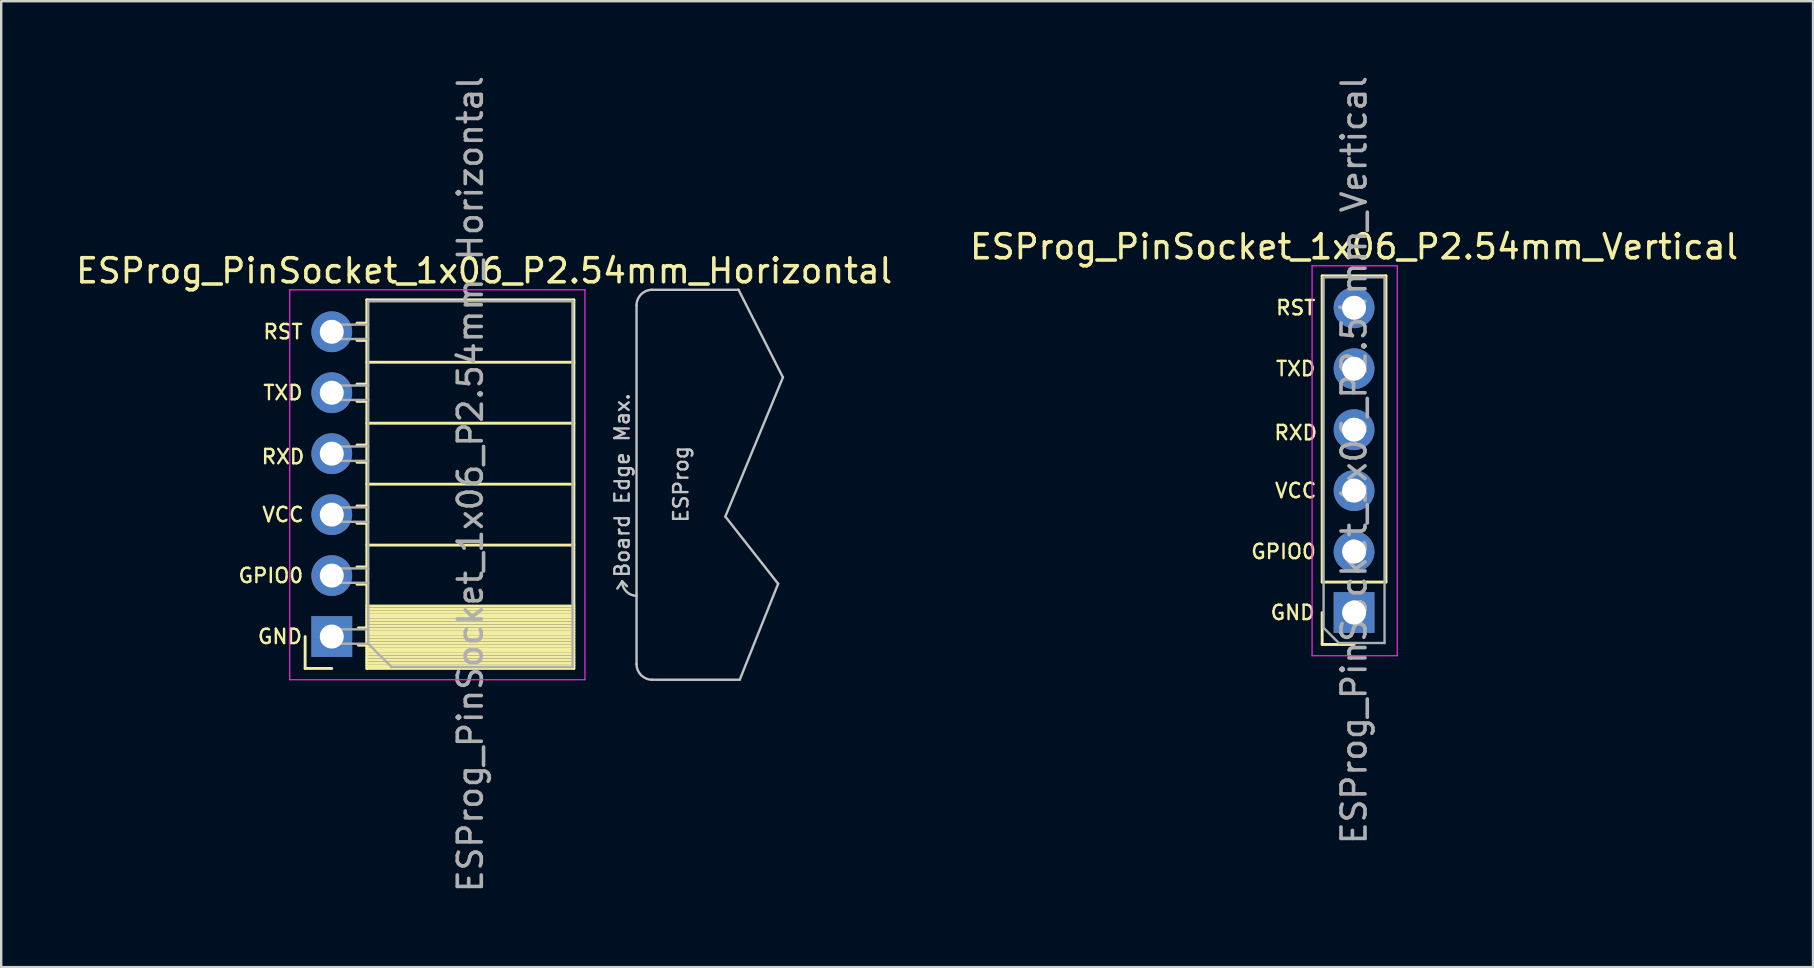
<source format=kicad_pcb>
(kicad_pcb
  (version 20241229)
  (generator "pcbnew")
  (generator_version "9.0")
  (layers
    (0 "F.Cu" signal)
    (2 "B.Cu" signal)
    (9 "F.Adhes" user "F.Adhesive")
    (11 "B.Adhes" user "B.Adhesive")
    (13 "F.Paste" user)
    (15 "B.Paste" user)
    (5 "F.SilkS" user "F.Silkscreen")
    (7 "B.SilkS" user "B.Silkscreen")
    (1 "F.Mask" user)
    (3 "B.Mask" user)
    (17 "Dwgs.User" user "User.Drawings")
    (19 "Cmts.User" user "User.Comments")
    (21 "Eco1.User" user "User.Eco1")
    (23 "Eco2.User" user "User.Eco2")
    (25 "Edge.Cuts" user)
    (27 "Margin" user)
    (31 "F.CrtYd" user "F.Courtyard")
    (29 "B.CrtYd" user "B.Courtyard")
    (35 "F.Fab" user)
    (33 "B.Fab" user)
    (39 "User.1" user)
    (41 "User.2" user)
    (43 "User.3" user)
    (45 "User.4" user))
  (footprint "ESProg_PinSocket_1x06_P2.54mm_Horizontal"
    (layer "F.Cu")
    (at 10.775 23.475)
    (property "Reference" "ESProg_PinSocket_1x06_P2.54mm_Horizontal" (at 6.35 -15.24 0) (layer "F.SilkS") (effects (font (size 1 1) (thickness 0.15))))
    (attr through_hole)
    (fp_line (start -1.11 1.33) (end -1.11 0) (stroke (width 0.12) (type solid)) (layer "F.SilkS"))
    (fp_line (start 0 1.33) (end -1.11 1.33) (stroke (width 0.12) (type solid)) (layer "F.SilkS"))
    (fp_line (start 1.46 -13.06) (end 1.05 -13.06) (stroke (width 0.12) (type solid)) (layer "F.SilkS"))
    (fp_line (start 1.46 -12.34) (end 1.05 -12.34) (stroke (width 0.12) (type solid)) (layer "F.SilkS"))
    (fp_line (start 1.46 -10.52) (end 1.05 -10.52) (stroke (width 0.12) (type solid)) (layer "F.SilkS"))
    (fp_line (start 1.46 -9.8) (end 1.05 -9.8) (stroke (width 0.12) (type solid)) (layer "F.SilkS"))
    (fp_line (start 1.46 -7.98) (end 1.05 -7.98) (stroke (width 0.12) (type solid)) (layer "F.SilkS"))
    (fp_line (start 1.46 -7.26) (end 1.05 -7.26) (stroke (width 0.12) (type solid)) (layer "F.SilkS"))
    (fp_line (start 1.46 -5.44) (end 1.05 -5.44) (stroke (width 0.12) (type solid)) (layer "F.SilkS"))
    (fp_line (start 1.46 -4.72) (end 1.05 -4.72) (stroke (width 0.12) (type solid)) (layer "F.SilkS"))
    (fp_line (start 1.46 -2.9) (end 1.05 -2.9) (stroke (width 0.12) (type solid)) (layer "F.SilkS"))
    (fp_line (start 1.46 -2.18) (end 1.05 -2.18) (stroke (width 0.12) (type solid)) (layer "F.SilkS"))
    (fp_line (start 1.46 -0.36) (end 1.11 -0.36) (stroke (width 0.12) (type solid)) (layer "F.SilkS"))
    (fp_line (start 1.46 0.36) (end 1.11 0.36) (stroke (width 0.12) (type solid)) (layer "F.SilkS"))
    (fp_line (start 1.46 1.33) (end 1.46 -14.03) (stroke (width 0.12) (type solid)) (layer "F.SilkS"))
    (fp_line (start 10.09 -14.03) (end 1.46 -14.03) (stroke (width 0.12) (type solid)) (layer "F.SilkS"))
    (fp_line (start 10.09 -11.43) (end 1.46 -11.43) (stroke (width 0.12) (type solid)) (layer "F.SilkS"))
    (fp_line (start 10.09 -8.89) (end 1.46 -8.89) (stroke (width 0.12) (type solid)) (layer "F.SilkS"))
    (fp_line (start 10.09 -6.35) (end 1.46 -6.35) (stroke (width 0.12) (type solid)) (layer "F.SilkS"))
    (fp_line (start 10.09 -3.81) (end 1.46 -3.81) (stroke (width 0.12) (type solid)) (layer "F.SilkS"))
    (fp_line (start 10.09 -1.27) (end 1.46 -1.27) (stroke (width 0.12) (type solid)) (layer "F.SilkS"))
    (fp_line (start 10.09 -1.152) (end 1.46 -1.152) (stroke (width 0.12) (type solid)) (layer "F.SilkS"))
    (fp_line (start 10.09 -1.034) (end 1.46 -1.034) (stroke (width 0.12) (type solid)) (layer "F.SilkS"))
    (fp_line (start 10.09 -0.916) (end 1.46 -0.916) (stroke (width 0.12) (type solid)) (layer "F.SilkS"))
    (fp_line (start 10.09 -0.798) (end 1.46 -0.798) (stroke (width 0.12) (type solid)) (layer "F.SilkS"))
    (fp_line (start 10.09 -0.68) (end 1.46 -0.68) (stroke (width 0.12) (type solid)) (layer "F.SilkS"))
    (fp_line (start 10.09 -0.561) (end 1.46 -0.561) (stroke (width 0.12) (type solid)) (layer "F.SilkS"))
    (fp_line (start 10.09 -0.443) (end 1.46 -0.443) (stroke (width 0.12) (type solid)) (layer "F.SilkS"))
    (fp_line (start 10.09 -0.325) (end 1.46 -0.325) (stroke (width 0.12) (type solid)) (layer "F.SilkS"))
    (fp_line (start 10.09 -0.207) (end 1.46 -0.207) (stroke (width 0.12) (type solid)) (layer "F.SilkS"))
    (fp_line (start 10.09 -0.089) (end 1.46 -0.089) (stroke (width 0.12) (type solid)) (layer "F.SilkS"))
    (fp_line (start 10.09 0.029) (end 1.46 0.029) (stroke (width 0.12) (type solid)) (layer "F.SilkS"))
    (fp_line (start 10.09 0.147) (end 1.46 0.147) (stroke (width 0.12) (type solid)) (layer "F.SilkS"))
    (fp_line (start 10.09 0.265) (end 1.46 0.265) (stroke (width 0.12) (type solid)) (layer "F.SilkS"))
    (fp_line (start 10.09 0.383) (end 1.46 0.383) (stroke (width 0.12) (type solid)) (layer "F.SilkS"))
    (fp_line (start 10.09 0.501) (end 1.46 0.501) (stroke (width 0.12) (type solid)) (layer "F.SilkS"))
    (fp_line (start 10.09 0.62) (end 1.46 0.62) (stroke (width 0.12) (type solid)) (layer "F.SilkS"))
    (fp_line (start 10.09 0.738) (end 1.46 0.738) (stroke (width 0.12) (type solid)) (layer "F.SilkS"))
    (fp_line (start 10.09 0.856) (end 1.46 0.856) (stroke (width 0.12) (type solid)) (layer "F.SilkS"))
    (fp_line (start 10.09 0.974) (end 1.46 0.974) (stroke (width 0.12) (type solid)) (layer "F.SilkS"))
    (fp_line (start 10.09 1.092) (end 1.46 1.092) (stroke (width 0.12) (type solid)) (layer "F.SilkS"))
    (fp_line (start 10.09 1.21) (end 1.46 1.21) (stroke (width 0.12) (type solid)) (layer "F.SilkS"))
    (fp_line (start 10.09 1.33) (end 1.46 1.33) (stroke (width 0.12) (type solid)) (layer "F.SilkS"))
    (fp_line (start 10.09 1.33) (end 10.09 -14.03) (stroke (width 0.12) (type solid)) (layer "F.SilkS"))
    (fp_line (start 12.1 -2.3) (end 11.9 -2) (stroke (width 0.1) (type solid)) (layer "Dwgs.User"))
    (fp_line (start 12.1 -2.3) (end 12.3 -2.1) (stroke (width 0.1) (type solid)) (layer "Dwgs.User"))
    (fp_line (start 12.7 -13.8) (end 12.7 1.15) (stroke (width 0.1) (type solid)) (layer "Dwgs.User"))
    (fp_line (start 13.35 -14.45) (end 16.95 -14.45) (stroke (width 0.1) (type solid)) (layer "Dwgs.User"))
    (fp_line (start 13.35 1.8) (end 17 1.8) (stroke (width 0.1) (type solid)) (layer "Dwgs.User"))
    (fp_line (start 16.4 -5) (end 18.8 -10.8) (stroke (width 0.1) (type solid)) (layer "Dwgs.User"))
    (fp_line (start 17 1.8) (end 18.6 -2.2) (stroke (width 0.1) (type solid)) (layer "Dwgs.User"))
    (fp_line (start 18.6 -2.2) (end 16.4 -5) (stroke (width 0.1) (type solid)) (layer "Dwgs.User"))
    (fp_line (start 18.8 -10.8) (end 16.95 -14.45) (stroke (width 0.1) (type solid)) (layer "Dwgs.User"))
    (fp_arc (start 12.7 -13.8) (mid 12.890381 -14.259619) (end 13.35 -14.45) (stroke (width 0.1) (type solid)) (layer "Dwgs.User"))
    (fp_arc (start 12.7 -1.7) (mid 12.275736 -1.875736) (end 12.1 -2.3) (stroke (width 0.1) (type solid)) (layer "Dwgs.User"))
    (fp_arc (start 13.35 1.8) (mid 12.890381 1.609619) (end 12.7 1.15) (stroke (width 0.1) (type solid)) (layer "Dwgs.User"))
    (fp_line (start -1.75 -14.45) (end -1.75 1.8) (stroke (width 0.05) (type solid)) (layer "F.CrtYd"))
    (fp_line (start -1.75 1.8) (end 10.55 1.8) (stroke (width 0.05) (type solid)) (layer "F.CrtYd"))
    (fp_line (start 10.55 -14.45) (end -1.75 -14.45) (stroke (width 0.05) (type solid)) (layer "F.CrtYd"))
    (fp_line (start 10.55 1.8) (end 10.55 -14.45) (stroke (width 0.05) (type solid)) (layer "F.CrtYd"))
    (fp_line (start 0 -13) (end 0 -12.4) (stroke (width 0.1) (type solid)) (layer "F.Fab"))
    (fp_line (start 0 -12.4) (end 1.52 -12.4) (stroke (width 0.1) (type solid)) (layer "F.Fab"))
    (fp_line (start 0 -10.46) (end 0 -9.86) (stroke (width 0.1) (type solid)) (layer "F.Fab"))
    (fp_line (start 0 -9.86) (end 1.52 -9.86) (stroke (width 0.1) (type solid)) (layer "F.Fab"))
    (fp_line (start 0 -7.92) (end 0 -7.32) (stroke (width 0.1) (type solid)) (layer "F.Fab"))
    (fp_line (start 0 -7.32) (end 1.52 -7.32) (stroke (width 0.1) (type solid)) (layer "F.Fab"))
    (fp_line (start 0 -5.38) (end 0 -4.78) (stroke (width 0.1) (type solid)) (layer "F.Fab"))
    (fp_line (start 0 -4.78) (end 1.52 -4.78) (stroke (width 0.1) (type solid)) (layer "F.Fab"))
    (fp_line (start 0 -2.84) (end 0 -2.24) (stroke (width 0.1) (type solid)) (layer "F.Fab"))
    (fp_line (start 0 -2.24) (end 1.52 -2.24) (stroke (width 0.1) (type solid)) (layer "F.Fab"))
    (fp_line (start 0 -0.3) (end 0 0.3) (stroke (width 0.1) (type solid)) (layer "F.Fab"))
    (fp_line (start 0 0.3) (end 1.52 0.3) (stroke (width 0.1) (type solid)) (layer "F.Fab"))
    (fp_line (start 1.52 -13.97) (end 10.03 -13.97) (stroke (width 0.1) (type solid)) (layer "F.Fab"))
    (fp_line (start 1.52 -13) (end 0 -13) (stroke (width 0.1) (type solid)) (layer "F.Fab"))
    (fp_line (start 1.52 -10.46) (end 0 -10.46) (stroke (width 0.1) (type solid)) (layer "F.Fab"))
    (fp_line (start 1.52 -7.92) (end 0 -7.92) (stroke (width 0.1) (type solid)) (layer "F.Fab"))
    (fp_line (start 1.52 -5.38) (end 0 -5.38) (stroke (width 0.1) (type solid)) (layer "F.Fab"))
    (fp_line (start 1.52 -2.84) (end 0 -2.84) (stroke (width 0.1) (type solid)) (layer "F.Fab"))
    (fp_line (start 1.52 -0.3) (end 0 -0.3) (stroke (width 0.1) (type solid)) (layer "F.Fab"))
    (fp_line (start 1.52 0.3) (end 1.52 -13.97) (stroke (width 0.1) (type solid)) (layer "F.Fab"))
    (fp_line (start 2.49 1.27) (end 1.52 0.3) (stroke (width 0.1) (type solid)) (layer "F.Fab"))
    (fp_line (start 10.03 -13.97) (end 10.03 1.27) (stroke (width 0.1) (type solid)) (layer "F.Fab"))
    (fp_line (start 10.03 1.27) (end 2.49 1.27) (stroke (width 0.1) (type solid)) (layer "F.Fab"))
    (fp_text user "RXD" (at -2.032 -7.493 0) (layer "F.SilkS") (effects (font (size 0.6 0.6) (thickness 0.1))))
    (fp_text user "RST" (at -2.032 -12.7 0) (layer "F.SilkS") (effects (font (size 0.6 0.6) (thickness 0.1))))
    (fp_text user "GPIO0" (at -2.54 -2.54 0) (layer "F.SilkS") (effects (font (size 0.6 0.6) (thickness 0.1))))
    (fp_text user "TXD" (at -2.032 -10.16 0) (layer "F.SilkS") (effects (font (size 0.6 0.6) (thickness 0.1))))
    (fp_text user "VCC" (at -2.032 -5.08 0) (layer "F.SilkS") (effects (font (size 0.6 0.6) (thickness 0.1))))
    (fp_text user "GND" (at -2.159 0 0) (layer "F.SilkS") (effects (font (size 0.6 0.6) (thickness 0.1))))
    (fp_text user "Board Edge Max." (at 12.1 -6.3 90) (layer "Dwgs.User") (effects (font (size 0.6 0.6) (thickness 0.1))))
    (fp_text user "ESProg" (at 14.55 -6.35 90) (layer "Dwgs.User") (effects (font (size 0.6 0.6) (thickness 0.1))))
    (fp_text user "${REFERENCE}" (at 5.775 -6.35 270) (layer "F.Fab") (effects (font (size 1 1) (thickness 0.15))))
    (pad "1" thru_hole rect (at 0 0 180) (size 1.7 1.7) (drill 1) (layers "*.Cu" "*.Mask"))
    (pad "2" thru_hole oval (at 0 -2.54 180) (size 1.7 1.7) (drill 1) (layers "*.Cu" "*.Mask"))
    (pad "3" thru_hole oval (at 0 -5.08 180) (size 1.7 1.7) (drill 1) (layers "*.Cu" "*.Mask"))
    (pad "4" thru_hole oval (at 0 -7.62 180) (size 1.7 1.7) (drill 1) (layers "*.Cu" "*.Mask"))
    (pad "5" thru_hole oval (at 0 -10.16 180) (size 1.7 1.7) (drill 1) (layers "*.Cu" "*.Mask"))
    (pad "6" thru_hole oval (at 0 -12.7 180) (size 1.7 1.7) (drill 1) (layers "*.Cu" "*.Mask")))
  (footprint "ESProg_PinSocket_1x06_P2.54mm_Vertical"
    (layer "F.Cu")
    (at 53.375 22.475)
    (property "Reference" "ESProg_PinSocket_1x06_P2.54mm_Vertical" (at 0 -15.24 0) (layer "F.SilkS") (effects (font (size 1 1) (thickness 0.15))))
    (attr through_hole)
    (fp_line (start -1.33 -1.27) (end -1.33 -14.03) (stroke (width 0.12) (type solid)) (layer "F.SilkS"))
    (fp_line (start -1.33 1.33) (end -1.33 0) (stroke (width 0.12) (type solid)) (layer "F.SilkS"))
    (fp_line (start 0 1.33) (end -1.33 1.33) (stroke (width 0.12) (type solid)) (layer "F.SilkS"))
    (fp_line (start 1.33 -14.03) (end -1.33 -14.03) (stroke (width 0.12) (type solid)) (layer "F.SilkS"))
    (fp_line (start 1.33 -1.27) (end -1.33 -1.27) (stroke (width 0.12) (type solid)) (layer "F.SilkS"))
    (fp_line (start 1.33 -1.27) (end 1.33 -14.03) (stroke (width 0.12) (type solid)) (layer "F.SilkS"))
    (fp_line (start -1.75 -14.45) (end 1.8 -14.45) (stroke (width 0.05) (type solid)) (layer "F.CrtYd"))
    (fp_line (start -1.75 1.8) (end -1.75 -14.45) (stroke (width 0.05) (type solid)) (layer "F.CrtYd"))
    (fp_line (start 1.8 -14.45) (end 1.8 1.8) (stroke (width 0.05) (type solid)) (layer "F.CrtYd"))
    (fp_line (start 1.8 1.8) (end -1.75 1.8) (stroke (width 0.05) (type solid)) (layer "F.CrtYd"))
    (fp_line (start -1.27 -13.97) (end 1.27 -13.97) (stroke (width 0.1) (type solid)) (layer "F.Fab"))
    (fp_line (start -1.27 0.635) (end -1.27 -13.97) (stroke (width 0.1) (type solid)) (layer "F.Fab"))
    (fp_line (start -0.635 1.27) (end -1.27 0.635) (stroke (width 0.1) (type solid)) (layer "F.Fab"))
    (fp_line (start 1.27 -13.97) (end 1.27 1.27) (stroke (width 0.1) (type solid)) (layer "F.Fab"))
    (fp_line (start 1.27 1.27) (end -0.635 1.27) (stroke (width 0.1) (type solid)) (layer "F.Fab"))
    (fp_text user "VCC" (at -2.432 -5.08 0) (layer "F.SilkS") (effects (font (size 0.6 0.6) (thickness 0.1))))
    (fp_text user "GND" (at -2.559 0 0) (layer "F.SilkS") (effects (font (size 0.6 0.6) (thickness 0.1))))
    (fp_text user "RST" (at -2.432 -12.7 0) (layer "F.SilkS") (effects (font (size 0.6 0.6) (thickness 0.1))))
    (fp_text user "TXD" (at -2.432 -10.16 0) (layer "F.SilkS") (effects (font (size 0.6 0.6) (thickness 0.1))))
    (fp_text user "GPIO0" (at -2.94 -2.54 0) (layer "F.SilkS") (effects (font (size 0.6 0.6) (thickness 0.1))))
    (fp_text user "RXD" (at -2.432 -7.493 0) (layer "F.SilkS") (effects (font (size 0.6 0.6) (thickness 0.1))))
    (fp_text user "${REFERENCE}" (at 0 -6.35 270) (layer "F.Fab") (effects (font (size 1 1) (thickness 0.15))))
    (pad "1" thru_hole rect (at 0 0 180) (size 1.7 1.7) (drill 1) (layers "*.Cu" "*.Mask"))
    (pad "2" thru_hole oval (at 0 -2.54 180) (size 1.7 1.7) (drill 1) (layers "*.Cu" "*.Mask"))
    (pad "3" thru_hole oval (at 0 -5.08 180) (size 1.7 1.7) (drill 1) (layers "*.Cu" "*.Mask"))
    (pad "4" thru_hole oval (at 0 -7.62 180) (size 1.7 1.7) (drill 1) (layers "*.Cu" "*.Mask"))
    (pad "5" thru_hole oval (at 0 -10.16 180) (size 1.7 1.7) (drill 1) (layers "*.Cu" "*.Mask"))
    (pad "6" thru_hole oval (at 0 -12.7 180) (size 1.7 1.7) (drill 1) (layers "*.Cu" "*.Mask")))
  (gr_rect
    (start -3 -3)
    (end 72.5 37.25)
    (stroke (width 0.1) (type default))
    (fill no)
    (layer "Edge.Cuts")))
</source>
